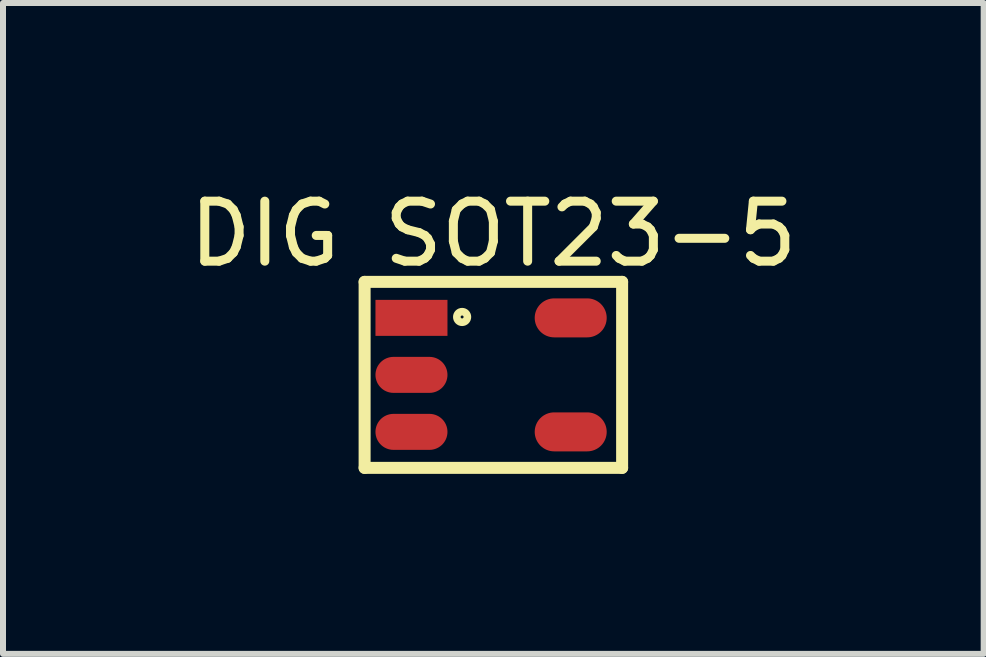
<source format=kicad_pcb>
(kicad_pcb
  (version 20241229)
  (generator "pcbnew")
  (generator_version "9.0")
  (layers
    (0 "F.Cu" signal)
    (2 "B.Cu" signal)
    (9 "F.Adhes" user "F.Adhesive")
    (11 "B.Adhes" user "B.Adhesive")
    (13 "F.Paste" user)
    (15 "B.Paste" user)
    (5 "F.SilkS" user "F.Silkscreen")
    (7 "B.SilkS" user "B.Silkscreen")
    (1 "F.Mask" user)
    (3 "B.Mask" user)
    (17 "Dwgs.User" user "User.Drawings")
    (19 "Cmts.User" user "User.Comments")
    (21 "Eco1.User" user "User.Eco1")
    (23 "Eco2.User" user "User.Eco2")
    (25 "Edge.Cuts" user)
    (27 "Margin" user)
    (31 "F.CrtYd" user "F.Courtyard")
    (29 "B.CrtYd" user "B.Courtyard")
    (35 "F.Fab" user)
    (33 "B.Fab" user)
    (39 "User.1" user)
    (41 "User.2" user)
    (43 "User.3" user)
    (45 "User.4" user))
  (footprint "DIG SOT23-5"
    (layer "F.Cu")
    (at 5.135 3.198)
    (property "Reference" "DIG SOT23-5" (at 0.038 -2.35 0) (layer "F.SilkS") (effects (font (size 1 1) (thickness 0.15))))
    (fp_line (start -2.108 -1.55) (end 2.184 -1.55) (stroke (width 0.2) (type solid)) (layer "F.SilkS"))
    (fp_line (start -2.108 1.55) (end -2.108 -1.55) (stroke (width 0.2) (type solid)) (layer "F.SilkS"))
    (fp_line (start -2.108 1.55) (end 2.184 1.55) (stroke (width 0.2) (type solid)) (layer "F.SilkS"))
    (fp_line (start 2.184 1.55) (end 2.184 -1.55) (stroke (width 0.2) (type solid)) (layer "F.SilkS"))
    (fp_circle (center -0.483 -0.965) (end -0.483 -1.053) (stroke (width 0.127) (type solid)) (fill no) (layer "F.SilkS"))
    (pad "1" smd rect (at -1.327 -0.95 90) (size 0.6 1.2) (layers "F.Cu" "F.Mask" "F.Paste"))
    (pad "2" smd oval (at -1.327 0 90) (size 0.6 1.2) (layers "F.Cu" "F.Mask" "F.Paste"))
    (pad "3" smd oval (at -1.327 0.95 90) (size 0.6 1.2) (layers "F.Cu" "F.Mask" "F.Paste"))
    (pad "4" smd oval (at 1.327 0.95 90) (size 0.65 1.2) (layers "F.Cu" "F.Mask" "F.Paste"))
    (pad "5" smd oval (at 1.327 -0.95 90) (size 0.65 1.2) (layers "F.Cu" "F.Mask" "F.Paste")))
  (gr_rect
    (start -3 -3)
    (end 13.345 7.848)
    (stroke (width 0.1) (type default))
    (fill no)
    (layer "Edge.Cuts")))
</source>
